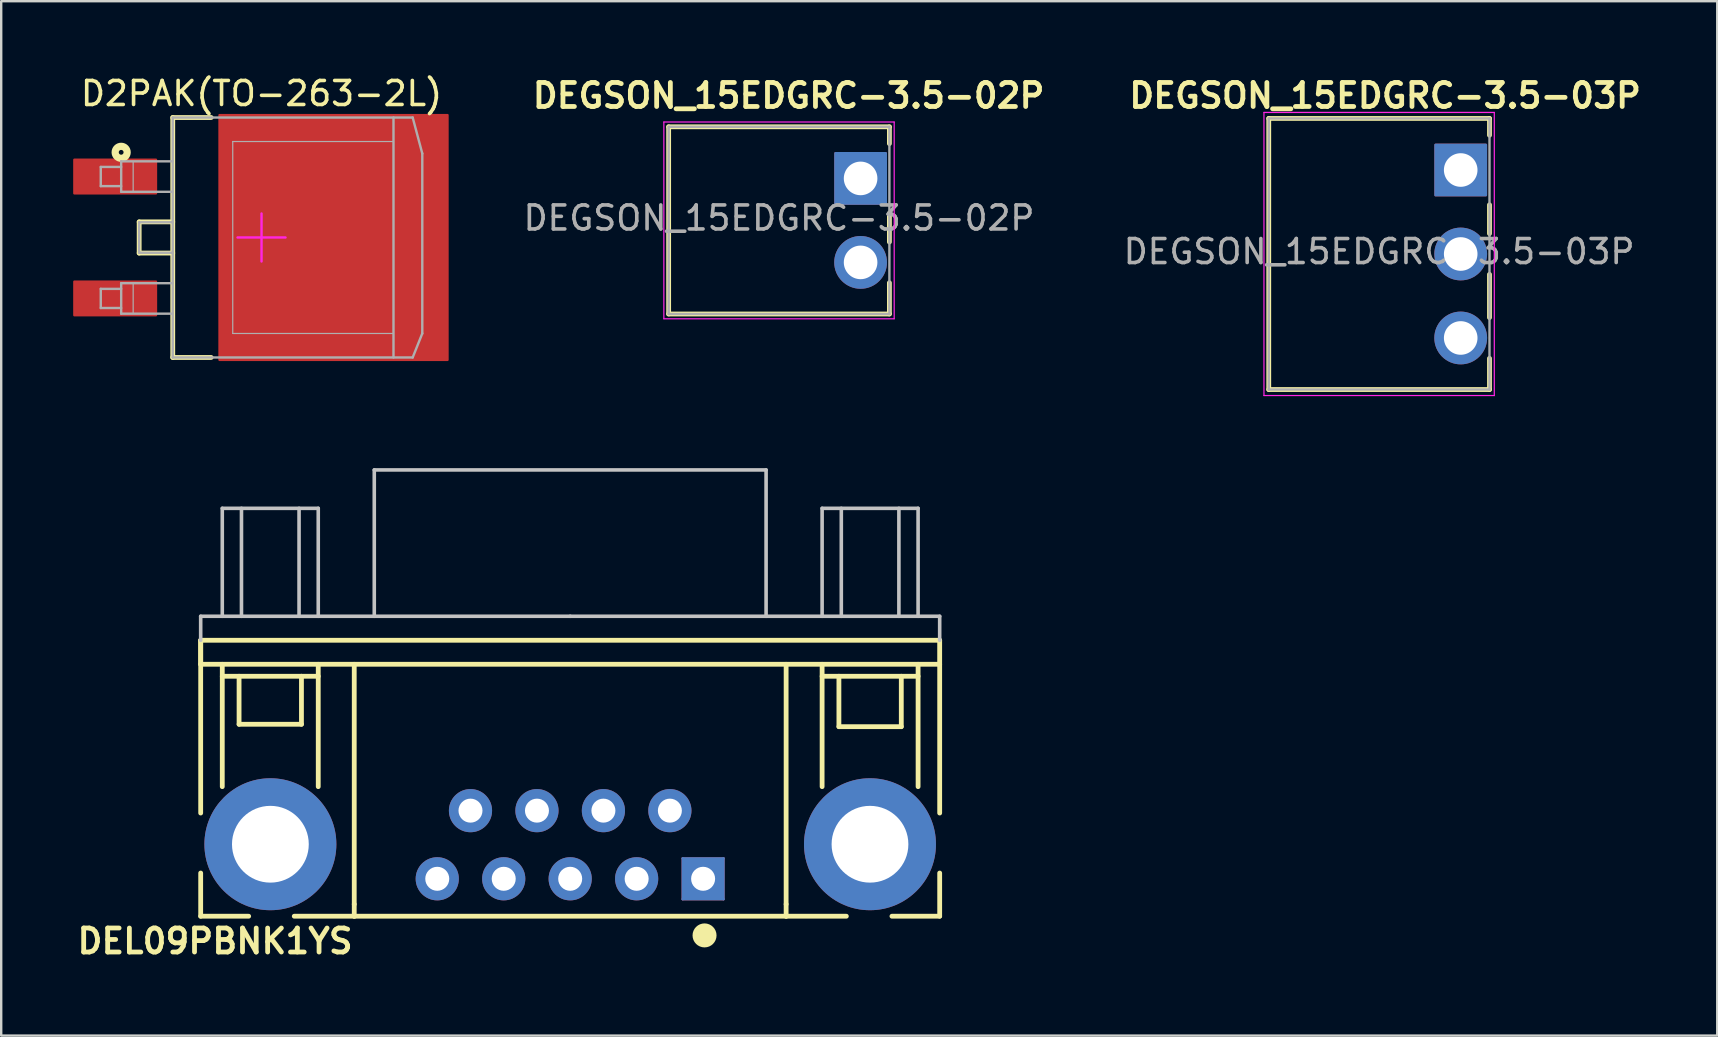
<source format=kicad_pcb>
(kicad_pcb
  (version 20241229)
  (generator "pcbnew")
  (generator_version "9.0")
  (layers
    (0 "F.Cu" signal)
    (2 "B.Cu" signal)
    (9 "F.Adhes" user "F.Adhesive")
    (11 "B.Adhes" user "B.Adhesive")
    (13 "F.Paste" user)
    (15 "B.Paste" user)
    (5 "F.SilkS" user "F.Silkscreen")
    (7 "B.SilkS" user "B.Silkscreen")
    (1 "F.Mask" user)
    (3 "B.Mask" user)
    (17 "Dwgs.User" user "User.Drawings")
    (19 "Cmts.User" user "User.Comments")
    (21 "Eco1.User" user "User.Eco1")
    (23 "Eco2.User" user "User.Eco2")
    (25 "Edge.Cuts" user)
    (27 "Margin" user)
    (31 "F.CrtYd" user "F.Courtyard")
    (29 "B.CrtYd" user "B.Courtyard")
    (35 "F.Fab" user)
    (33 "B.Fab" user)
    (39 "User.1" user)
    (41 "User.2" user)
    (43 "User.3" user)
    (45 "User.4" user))
  (footprint "DEL09PBNK1YS"
    (layer "F.Cu")
    (at 20.714 22.636)
    (property "Reference" "DEL09PBNK1YS" (at -14.8 13.54 180) (layer "F.SilkS") (effects (font (size 1 1) (thickness 0.2))))
    (attr through_hole)
    (fp_line (start 4.69 10.09) (end 6.39 10.09) (stroke (width 0.1) (type solid)) (layer "F.Cu"))
    (fp_line (start 4.69 11.79) (end 4.69 10.09) (stroke (width 0.1) (type solid)) (layer "F.Cu"))
    (fp_line (start 6.39 10.09) (end 6.39 11.79) (stroke (width 0.1) (type solid)) (layer "F.Cu"))
    (fp_line (start 6.39 11.79) (end 4.69 11.79) (stroke (width 0.1) (type solid)) (layer "F.Cu"))
    (fp_line (start 4.69 10.09) (end 4.69 11.79) (stroke (width 0.3) (type solid)) (layer "F.Mask"))
    (fp_line (start 4.69 11.79) (end 6.38 11.79) (stroke (width 0.3) (type solid)) (layer "F.Mask"))
    (fp_line (start 6.39 10.09) (end 4.69 10.09) (stroke (width 0.3) (type solid)) (layer "F.Mask"))
    (fp_line (start 6.39 10.09) (end 6.39 11.79) (stroke (width 0.3) (type solid)) (layer "F.Mask"))
    (fp_line (start 4.69 10.09) (end 4.69 11.79) (stroke (width 0.1) (type solid)) (layer "B.Cu"))
    (fp_line (start 4.69 11.79) (end 6.39 11.79) (stroke (width 0.1) (type solid)) (layer "B.Cu"))
    (fp_line (start 6.39 10.09) (end 4.69 10.09) (stroke (width 0.1) (type solid)) (layer "B.Cu"))
    (fp_line (start 6.39 11.79) (end 6.39 10.09) (stroke (width 0.1) (type solid)) (layer "B.Cu"))
    (fp_line (start -15.4 1) (end -15.4 2) (stroke (width 0.2) (type solid)) (layer "F.SilkS"))
    (fp_line (start -15.4 1) (end -15.4 8.2) (stroke (width 0.2) (type solid)) (layer "F.SilkS"))
    (fp_line (start -15.4 12.5) (end -15.4 10.7) (stroke (width 0.2) (type solid)) (layer "F.SilkS"))
    (fp_line (start -14.5 7.1) (end -14.5 2) (stroke (width 0.2) (type solid)) (layer "F.SilkS"))
    (fp_line (start -13.8 2.5) (end -14.5 2.5) (stroke (width 0.2) (type solid)) (layer "F.SilkS"))
    (fp_line (start -13.8 2.5) (end -11.2 2.5) (stroke (width 0.2) (type solid)) (layer "F.SilkS"))
    (fp_line (start -13.8 4.5) (end -13.8 2.5) (stroke (width 0.2) (type solid)) (layer "F.SilkS"))
    (fp_line (start -13.4 12.5) (end -15.4 12.5) (stroke (width 0.2) (type solid)) (layer "F.SilkS"))
    (fp_line (start -11.5 12.5) (end -8.99 12.5) (stroke (width 0.2) (type solid)) (layer "F.SilkS"))
    (fp_line (start -11.2 2.5) (end -11.2 4.5) (stroke (width 0.2) (type solid)) (layer "F.SilkS"))
    (fp_line (start -11.2 2.5) (end -10.5 2.5) (stroke (width 0.2) (type solid)) (layer "F.SilkS"))
    (fp_line (start -11.2 4.5) (end -13.8 4.5) (stroke (width 0.2) (type solid)) (layer "F.SilkS"))
    (fp_line (start -10.5 7.1) (end -10.5 2) (stroke (width 0.2) (type solid)) (layer "F.SilkS"))
    (fp_line (start -9 2) (end -9 12) (stroke (width 0.2) (type solid)) (layer "F.SilkS"))
    (fp_line (start -9 12) (end -9 12.5) (stroke (width 0.2) (type solid)) (layer "F.SilkS"))
    (fp_line (start 9 12) (end 9 2) (stroke (width 0.2) (type solid)) (layer "F.SilkS"))
    (fp_line (start 9 12) (end 9 12.5) (stroke (width 0.2) (type solid)) (layer "F.SilkS"))
    (fp_line (start 9 12.5) (end -9 12.5) (stroke (width 0.2) (type solid)) (layer "F.SilkS"))
    (fp_line (start 9 12.5) (end 11.51 12.5) (stroke (width 0.2) (type solid)) (layer "F.SilkS"))
    (fp_line (start 10.5 2.5) (end 11.2 2.5) (stroke (width 0.2) (type solid)) (layer "F.SilkS"))
    (fp_line (start 10.5 7.1) (end 10.5 2) (stroke (width 0.2) (type solid)) (layer "F.SilkS"))
    (fp_line (start 11.2 2.5) (end 13.8 2.5) (stroke (width 0.2) (type solid)) (layer "F.SilkS"))
    (fp_line (start 11.2 4.6) (end 11.2 2.5) (stroke (width 0.2) (type solid)) (layer "F.SilkS"))
    (fp_line (start 13.8 2.5) (end 13.8 4.6) (stroke (width 0.2) (type solid)) (layer "F.SilkS"))
    (fp_line (start 13.8 2.5) (end 14.5 2.5) (stroke (width 0.2) (type solid)) (layer "F.SilkS"))
    (fp_line (start 13.8 4.6) (end 11.2 4.6) (stroke (width 0.2) (type solid)) (layer "F.SilkS"))
    (fp_line (start 14.5 7.1) (end 14.5 2) (stroke (width 0.2) (type solid)) (layer "F.SilkS"))
    (fp_line (start 15.4 1) (end -15.4 1) (stroke (width 0.2) (type solid)) (layer "F.SilkS"))
    (fp_line (start 15.4 1) (end 15.4 8.2) (stroke (width 0.2) (type solid)) (layer "F.SilkS"))
    (fp_line (start 15.4 2) (end -15.4 2) (stroke (width 0.2) (type solid)) (layer "F.SilkS"))
    (fp_line (start 15.4 2) (end 15.4 1) (stroke (width 0.15) (type solid)) (layer "F.SilkS"))
    (fp_line (start 15.4 12.5) (end 13.41 12.5) (stroke (width 0.2) (type solid)) (layer "F.SilkS"))
    (fp_line (start 15.4 12.5) (end 15.4 10.7) (stroke (width 0.2) (type solid)) (layer "F.SilkS"))
    (fp_circle (center 5.6 13.3) (end 5.85 13.3) (stroke (width 0.5) (type solid)) (fill no) (layer "F.SilkS"))
    (fp_line (start -15.4 1) (end -15.4 0) (stroke (width 0.15) (type solid)) (layer "Dwgs.User"))
    (fp_line (start -14.5 -4.5) (end -10.5 -4.5) (stroke (width 0.15) (type solid)) (layer "Dwgs.User"))
    (fp_line (start -14.5 0) (end -14.5 -4.5) (stroke (width 0.15) (type solid)) (layer "Dwgs.User"))
    (fp_line (start -13.7 -4.5) (end -13.7 0) (stroke (width 0.15) (type solid)) (layer "Dwgs.User"))
    (fp_line (start -11.3 0) (end -11.3 -4.5) (stroke (width 0.15) (type solid)) (layer "Dwgs.User"))
    (fp_line (start -10.5 -4.5) (end -10.5 0) (stroke (width 0.15) (type solid)) (layer "Dwgs.User"))
    (fp_line (start -8.165 -6.1) (end -8.165 0) (stroke (width 0.15) (type solid)) (layer "Dwgs.User"))
    (fp_line (start 0 0) (end -15.4 0) (stroke (width 0.15) (type solid)) (layer "Dwgs.User"))
    (fp_line (start 0 0) (end 15.4 0) (stroke (width 0.15) (type solid)) (layer "Dwgs.User"))
    (fp_line (start 8.165 -6.1) (end -8.165 -6.1) (stroke (width 0.15) (type solid)) (layer "Dwgs.User"))
    (fp_line (start 8.165 0) (end 8.165 -6.1) (stroke (width 0.15) (type solid)) (layer "Dwgs.User"))
    (fp_line (start 10.5 -4.5) (end 14.5 -4.5) (stroke (width 0.15) (type solid)) (layer "Dwgs.User"))
    (fp_line (start 10.5 0) (end 10.5 -4.5) (stroke (width 0.15) (type solid)) (layer "Dwgs.User"))
    (fp_line (start 11.3 -4.5) (end 11.3 0) (stroke (width 0.15) (type solid)) (layer "Dwgs.User"))
    (fp_line (start 13.7 0) (end 13.7 -4.5) (stroke (width 0.15) (type solid)) (layer "Dwgs.User"))
    (fp_line (start 14.5 -4.5) (end 14.5 0) (stroke (width 0.15) (type solid)) (layer "Dwgs.User"))
    (fp_line (start 15.4 1) (end 15.4 0) (stroke (width 0.15) (type solid)) (layer "Dwgs.User"))
    (pad "1" thru_hole rect (at 5.54 10.94) (size 1.7 1.7) (drill 1) (layers "*.Cu" "*.Mask"))
    (pad "2" thru_hole oval (at 2.77 10.94) (size 1.8 1.8) (drill 1) (layers "*.Cu" "*.Mask"))
    (pad "3" thru_hole oval (at 0 10.94) (size 1.8 1.8) (drill 1) (layers "*.Cu" "*.Mask"))
    (pad "4" thru_hole oval (at -2.77 10.94) (size 1.8 1.8) (drill 1) (layers "*.Cu" "*.Mask"))
    (pad "5" thru_hole oval (at -5.54 10.94) (size 1.8 1.8) (drill 1) (layers "*.Cu" "*.Mask"))
    (pad "6" thru_hole oval (at 4.155 8.1) (size 1.8 1.8) (drill 1) (layers "*.Cu" "*.Mask"))
    (pad "7" thru_hole oval (at 1.385 8.1) (size 1.8 1.8) (drill 1) (layers "*.Cu" "*.Mask"))
    (pad "8" thru_hole oval (at -1.385 8.1) (size 1.8 1.8) (drill 1) (layers "*.Cu" "*.Mask"))
    (pad "9" thru_hole oval (at -4.155 8.1) (size 1.8 1.8) (drill 1) (layers "*.Cu" "*.Mask"))
    (pad "G1" thru_hole circle (at -12.495 9.5) (size 5.5 5.5) (drill 3.2) (layers "*.Cu" "*.Mask"))
    (pad "G2" thru_hole circle (at 12.495 9.5) (size 5.5 5.5) (drill 3.2) (layers "*.Cu" "*.Mask")))
  (footprint "D2PAK(TO-263-2L)"
    (layer "F.Cu")
    (at 7.85 6.848)
    (property "Reference" "D2PAK(TO-263-2L)" (at 0 -6 0) (layer "F.SilkS") (effects (font (size 1 1) (thickness 0.15))))
    (attr through_hole)
    (fp_line (start -5.1 -0.65) (end -3.7 -0.65) (stroke (width 0.2) (type solid)) (layer "F.SilkS"))
    (fp_line (start -5.1 0.65) (end -5.1 -0.65) (stroke (width 0.2) (type solid)) (layer "F.SilkS"))
    (fp_line (start -3.7 -5) (end -3.7 5) (stroke (width 0.2) (type solid)) (layer "F.SilkS"))
    (fp_line (start -3.7 -5) (end -2.1 -5) (stroke (width 0.2) (type solid)) (layer "F.SilkS"))
    (fp_line (start -3.7 0.65) (end -5.1 0.65) (stroke (width 0.2) (type solid)) (layer "F.SilkS"))
    (fp_line (start -3.7 5) (end -2.1 5) (stroke (width 0.2) (type solid)) (layer "F.SilkS"))
    (fp_circle (center -5.85 -3.55) (end -5.75 -3.55) (stroke (width 0.3) (type solid)) (fill no) (layer "F.SilkS"))
    (fp_line (start 0 -1) (end 0 1) (stroke (width 0.1) (type solid)) (layer "F.CrtYd"))
    (fp_line (start 1 0) (end -1 0) (stroke (width 0.1) (type solid)) (layer "F.CrtYd"))
    (fp_line (start -6.7 -2.94) (end -6.7 -2.14) (stroke (width 0.1) (type solid)) (layer "F.Fab"))
    (fp_line (start -6.7 -2.94) (end -5.85 -2.94) (stroke (width 0.1) (type solid)) (layer "F.Fab"))
    (fp_line (start -6.7 -2.14) (end -5.85 -2.14) (stroke (width 0.1) (type solid)) (layer "F.Fab"))
    (fp_line (start -6.7 2.14) (end -6.7 2.94) (stroke (width 0.1) (type solid)) (layer "F.Fab"))
    (fp_line (start -6.7 2.14) (end -5.85 2.14) (stroke (width 0.1) (type solid)) (layer "F.Fab"))
    (fp_line (start -6.7 2.94) (end -5.85 2.94) (stroke (width 0.1) (type solid)) (layer "F.Fab"))
    (fp_line (start -5.85 -3.175) (end -5.85 -1.905) (stroke (width 0.1) (type solid)) (layer "F.Fab"))
    (fp_line (start -5.85 1.905) (end -5.85 3.175) (stroke (width 0.1) (type solid)) (layer "F.Fab"))
    (fp_line (start -5.35 -3.175) (end -5.35 -1.905) (stroke (width 0.05) (type solid)) (layer "F.Fab"))
    (fp_line (start -5.35 1.905) (end -5.35 3.175) (stroke (width 0.05) (type solid)) (layer "F.Fab"))
    (fp_line (start -5.1 -0.635) (end -5.1 0.635) (stroke (width 0.1) (type solid)) (layer "F.Fab"))
    (fp_line (start -3.7 -5) (end -3.7 5) (stroke (width 0.1) (type solid)) (layer "F.Fab"))
    (fp_line (start -3.7 -5) (end 6.3 -5) (stroke (width 0.1) (type solid)) (layer "F.Fab"))
    (fp_line (start -3.7 -3.175) (end -5.85 -3.175) (stroke (width 0.1) (type solid)) (layer "F.Fab"))
    (fp_line (start -3.7 -1.905) (end -5.85 -1.905) (stroke (width 0.1) (type solid)) (layer "F.Fab"))
    (fp_line (start -3.7 -0.635) (end -5.1 -0.635) (stroke (width 0.1) (type solid)) (layer "F.Fab"))
    (fp_line (start -3.7 0.635) (end -5.1 0.635) (stroke (width 0.1) (type solid)) (layer "F.Fab"))
    (fp_line (start -3.7 1.905) (end -5.85 1.905) (stroke (width 0.1) (type solid)) (layer "F.Fab"))
    (fp_line (start -3.7 3.175) (end -5.85 3.175) (stroke (width 0.1) (type solid)) (layer "F.Fab"))
    (fp_line (start -3.7 5) (end 6.3 5) (stroke (width 0.1) (type solid)) (layer "F.Fab"))
    (fp_line (start -1.2 -4) (end -1.2 4) (stroke (width 0.05) (type solid)) (layer "F.Fab"))
    (fp_line (start 5.5 -5) (end 5.5 5) (stroke (width 0.1) (type solid)) (layer "F.Fab"))
    (fp_line (start 5.5 -4) (end -1.2 -4) (stroke (width 0.05) (type solid)) (layer "F.Fab"))
    (fp_line (start 5.5 4) (end -1.2 4) (stroke (width 0.05) (type solid)) (layer "F.Fab"))
    (fp_line (start 6.3 -5) (end 6.7 -3.5) (stroke (width 0.1) (type solid)) (layer "F.Fab"))
    (fp_line (start 6.7 -3.5) (end 6.7 4) (stroke (width 0.1) (type solid)) (layer "F.Fab"))
    (fp_line (start 6.7 4) (end 6.3 5) (stroke (width 0.1) (type solid)) (layer "F.Fab"))
    (pad "D" smd roundrect (at 3 0) (size 9.6 10.3) (layers "F.Cu" "F.Mask" "F.Paste") (roundrect_rratio 0.005))
    (pad "G" smd roundrect (at -6.1 -2.54) (size 3.5 1.5) (layers "F.Cu" "F.Mask" "F.Paste") (roundrect_rratio 0.033))
    (pad "S" smd roundrect (at -6.1 2.54) (size 3.5 1.5) (layers "F.Cu" "F.Mask" "F.Paste") (roundrect_rratio 0.033)))
  (footprint "DEGSON_15EDGRC-3.5-02P"
    (layer "F.Cu")
    (at 24.818 6.136)
    (property "Reference" "DEGSON_15EDGRC-3.5-02P" (at 5 -5.2 0) (layer "F.SilkS") (effects (font (size 1 1) (thickness 0.2))))
    (attr through_hole)
    (fp_line (start 0 -3.9) (end 9.2 -3.9) (stroke (width 0.2) (type solid)) (layer "F.SilkS"))
    (fp_line (start 0 3.9) (end 0 -3.9) (stroke (width 0.2) (type solid)) (layer "F.SilkS"))
    (fp_line (start 0 3.9) (end 9.2 3.9) (stroke (width 0.2) (type solid)) (layer "F.SilkS"))
    (fp_line (start 9.2 -3.9) (end 9.2 -3.2) (stroke (width 0.2) (type solid)) (layer "F.SilkS"))
    (fp_line (start 9.2 -0.3) (end 9.2 0.9) (stroke (width 0.2) (type solid)) (layer "F.SilkS"))
    (fp_line (start 9.2 3.9) (end 9.2 2.6) (stroke (width 0.2) (type solid)) (layer "F.SilkS"))
    (fp_line (start -0.2 -4.1) (end 9.4 -4.1) (stroke (width 0.05) (type solid)) (layer "F.CrtYd"))
    (fp_line (start -0.2 4.1) (end -0.2 -4.1) (stroke (width 0.05) (type solid)) (layer "F.CrtYd"))
    (fp_line (start 9.4 -4.1) (end 9.4 4.1) (stroke (width 0.05) (type solid)) (layer "F.CrtYd"))
    (fp_line (start 9.4 4.1) (end -0.2 4.1) (stroke (width 0.05) (type solid)) (layer "F.CrtYd"))
    (fp_line (start 0 -3.9) (end 9.2 -3.9) (stroke (width 0.1) (type solid)) (layer "F.Fab"))
    (fp_line (start 0 3.9) (end 0 -3.9) (stroke (width 0.1) (type solid)) (layer "F.Fab"))
    (fp_line (start 9.2 -3.9) (end 9.2 3.9) (stroke (width 0.1) (type solid)) (layer "F.Fab"))
    (fp_line (start 9.2 3.9) (end 0 3.9) (stroke (width 0.1) (type solid)) (layer "F.Fab"))
    (fp_text user "${REFERENCE}" (at 4.6 -0.1 0) (layer "F.Fab") (effects (font (size 1 1) (thickness 0.15))))
    (pad "1" thru_hole roundrect (at 8 -1.75) (size 2.2 2.2) (drill 1.4) (layers "*.Cu" "*.Mask") (roundrect_rratio 0.023))
    (pad "2" thru_hole circle (at 8 1.75) (size 2.2 2.2) (drill 1.4) (layers "*.Cu" "*.Mask")))
  (footprint "DEGSON_15EDGRC-3.5-03P"
    (layer "F.Cu")
    (at 49.829 7.536)
    (property "Reference" "DEGSON_15EDGRC-3.5-03P" (at 4.85 -6.6 0) (layer "F.SilkS") (effects (font (size 1 1) (thickness 0.2))))
    (attr through_hole)
    (fp_line (start 0 -5.65) (end 9.2 -5.65) (stroke (width 0.2) (type solid)) (layer "F.SilkS"))
    (fp_line (start 0 5.65) (end 0 -5.65) (stroke (width 0.2) (type solid)) (layer "F.SilkS"))
    (fp_line (start 0 5.65) (end 9.2 5.65) (stroke (width 0.2) (type solid)) (layer "F.SilkS"))
    (fp_line (start 9.2 -5.65) (end 9.2 -4.95) (stroke (width 0.2) (type solid)) (layer "F.SilkS"))
    (fp_line (start 9.2 -2.05) (end 9.2 -0.85) (stroke (width 0.2) (type solid)) (layer "F.SilkS"))
    (fp_line (start 9.2 0.85) (end 9.2 2.65) (stroke (width 0.2) (type solid)) (layer "F.SilkS"))
    (fp_line (start 9.2 5.65) (end 9.2 4.35) (stroke (width 0.2) (type solid)) (layer "F.SilkS"))
    (fp_line (start -0.2 -5.9) (end 9.4 -5.9) (stroke (width 0.05) (type solid)) (layer "F.CrtYd"))
    (fp_line (start -0.2 5.9) (end -0.2 -5.9) (stroke (width 0.05) (type solid)) (layer "F.CrtYd"))
    (fp_line (start 9.4 -5.9) (end 9.4 5.9) (stroke (width 0.05) (type solid)) (layer "F.CrtYd"))
    (fp_line (start 9.4 5.9) (end -0.2 5.9) (stroke (width 0.05) (type solid)) (layer "F.CrtYd"))
    (fp_line (start 0 -5.65) (end 9.2 -5.65) (stroke (width 0.1) (type solid)) (layer "F.Fab"))
    (fp_line (start 0 5.65) (end 0 -5.65) (stroke (width 0.1) (type solid)) (layer "F.Fab"))
    (fp_line (start 9.2 -5.65) (end 9.2 5.65) (stroke (width 0.1) (type solid)) (layer "F.Fab"))
    (fp_line (start 9.2 5.65) (end 0 5.65) (stroke (width 0.1) (type solid)) (layer "F.Fab"))
    (fp_text user "${REFERENCE}" (at 4.6 -0.1 0) (layer "F.Fab") (effects (font (size 1 1) (thickness 0.15))))
    (pad "1" thru_hole roundrect (at 8 -3.5) (size 2.2 2.2) (drill 1.4) (layers "*.Cu" "*.Mask") (roundrect_rratio 0.023))
    (pad "2" thru_hole circle (at 8 0) (size 2.2 2.2) (drill 1.4) (layers "*.Cu" "*.Mask"))
    (pad "3" thru_hole circle (at 8 3.5) (size 2.2 2.2) (drill 1.4) (layers "*.Cu" "*.Mask")))
  (gr_rect
    (start -3 -3)
    (end 68.521 40.112)
    (stroke (width 0.1) (type default))
    (fill no)
    (layer "Edge.Cuts")))
</source>
